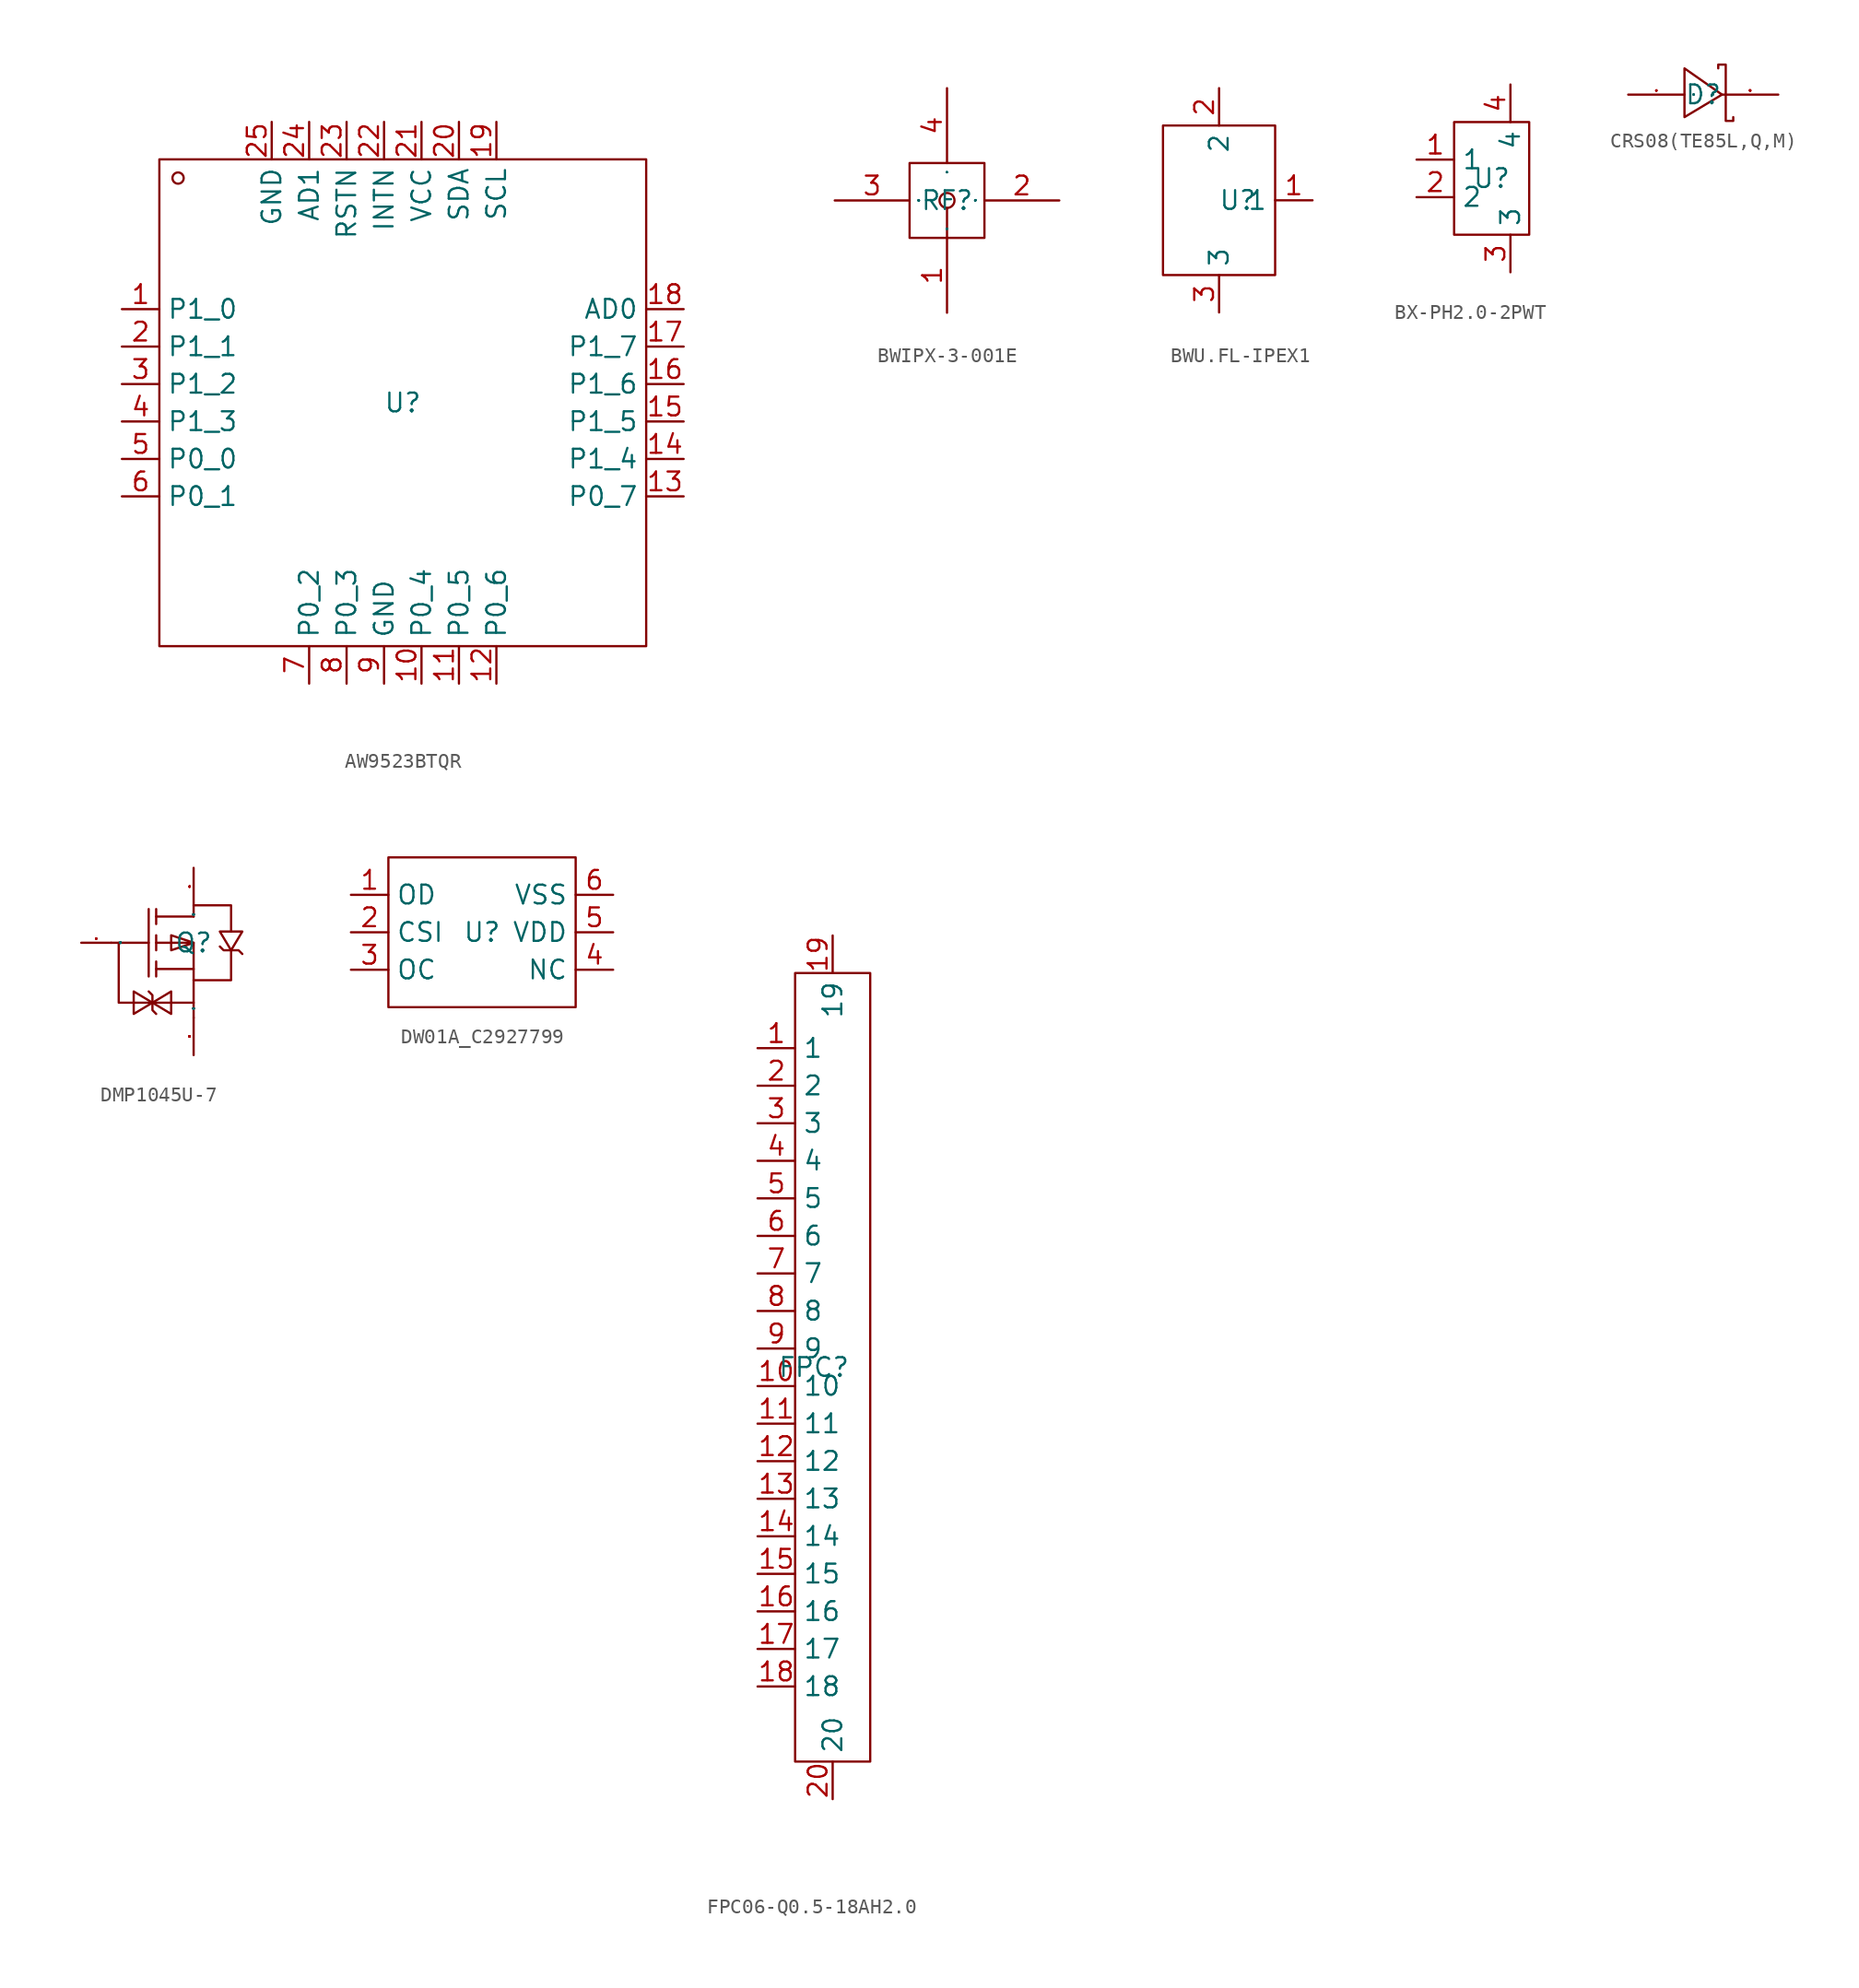
<source format=kicad_sym>
(kicad_symbol_lib
  (version 20241209)
  (generator "kicad_symbol_editor")
  (generator_version "9.0")
  (symbol "AW9523BTQR"
    (property "Reference" "U"
      (at 0 0 0)
      (effects (font (size 1.27 1.27))))
    (property "Value" ""
      (at 0 0 0)
      (effects (font (size 1.27 1.27))))
    (symbol "AW9523BTQR_1_0"
      (rectangle (start -16.51 -16.51) (end 16.51 16.51) (stroke (width 0) (type default)) (fill (type none)))
      (circle (center -15.24 15.24) (radius 0.381) (stroke (width 0) (type default)) (fill (type none)))
      (pin unspecified line (at -19.05 6.35 0) (length 2.54) (name "P1_0" (effects (font (size 1.27 1.27)))) (number "1" (effects (font (size 1.27 1.27)))))
      (pin unspecified line (at -19.05 3.81 0) (length 2.54) (name "P1_1" (effects (font (size 1.27 1.27)))) (number "2" (effects (font (size 1.27 1.27)))))
      (pin unspecified line (at -19.05 1.27 0) (length 2.54) (name "P1_2" (effects (font (size 1.27 1.27)))) (number "3" (effects (font (size 1.27 1.27)))))
      (pin unspecified line (at -19.05 -1.27 0) (length 2.54) (name "P1_3" (effects (font (size 1.27 1.27)))) (number "4" (effects (font (size 1.27 1.27)))))
      (pin unspecified line (at -19.05 -3.81 0) (length 2.54) (name "P0_0" (effects (font (size 1.27 1.27)))) (number "5" (effects (font (size 1.27 1.27)))))
      (pin unspecified line (at -19.05 -6.35 0) (length 2.54) (name "P0_1" (effects (font (size 1.27 1.27)))) (number "6" (effects (font (size 1.27 1.27)))))
      (pin unspecified line (at -8.89 19.05 270) (length 2.54) (name "GND" (effects (font (size 1.27 1.27)))) (number "25" (effects (font (size 1.27 1.27)))))
      (pin unspecified line (at -6.35 19.05 270) (length 2.54) (name "AD1" (effects (font (size 1.27 1.27)))) (number "24" (effects (font (size 1.27 1.27)))))
      (pin unspecified line (at -6.35 -19.05 90) (length 2.54) (name "P0_2" (effects (font (size 1.27 1.27)))) (number "7" (effects (font (size 1.27 1.27)))))
      (pin unspecified line (at -3.81 19.05 270) (length 2.54) (name "RSTN" (effects (font (size 1.27 1.27)))) (number "23" (effects (font (size 1.27 1.27)))))
      (pin unspecified line (at -3.81 -19.05 90) (length 2.54) (name "P0_3" (effects (font (size 1.27 1.27)))) (number "8" (effects (font (size 1.27 1.27)))))
      (pin unspecified line (at -1.27 19.05 270) (length 2.54) (name "INTN" (effects (font (size 1.27 1.27)))) (number "22" (effects (font (size 1.27 1.27)))))
      (pin unspecified line (at -1.27 -19.05 90) (length 2.54) (name "GND" (effects (font (size 1.27 1.27)))) (number "9" (effects (font (size 1.27 1.27)))))
      (pin unspecified line (at 1.27 19.05 270) (length 2.54) (name "VCC" (effects (font (size 1.27 1.27)))) (number "21" (effects (font (size 1.27 1.27)))))
      (pin unspecified line (at 1.27 -19.05 90) (length 2.54) (name "P0_4" (effects (font (size 1.27 1.27)))) (number "10" (effects (font (size 1.27 1.27)))))
      (pin unspecified line (at 3.81 19.05 270) (length 2.54) (name "SDA" (effects (font (size 1.27 1.27)))) (number "20" (effects (font (size 1.27 1.27)))))
      (pin unspecified line (at 3.81 -19.05 90) (length 2.54) (name "P0_5" (effects (font (size 1.27 1.27)))) (number "11" (effects (font (size 1.27 1.27)))))
      (pin unspecified line (at 6.35 19.05 270) (length 2.54) (name "SCL" (effects (font (size 1.27 1.27)))) (number "19" (effects (font (size 1.27 1.27)))))
      (pin unspecified line (at 6.35 -19.05 90) (length 2.54) (name "P0_6" (effects (font (size 1.27 1.27)))) (number "12" (effects (font (size 1.27 1.27)))))
      (pin unspecified line (at 19.05 6.35 180) (length 2.54) (name "AD0" (effects (font (size 1.27 1.27)))) (number "18" (effects (font (size 1.27 1.27)))))
      (pin unspecified line (at 19.05 3.81 180) (length 2.54) (name "P1_7" (effects (font (size 1.27 1.27)))) (number "17" (effects (font (size 1.27 1.27)))))
      (pin unspecified line (at 19.05 1.27 180) (length 2.54) (name "P1_6" (effects (font (size 1.27 1.27)))) (number "16" (effects (font (size 1.27 1.27)))))
      (pin unspecified line (at 19.05 -1.27 180) (length 2.54) (name "P1_5" (effects (font (size 1.27 1.27)))) (number "15" (effects (font (size 1.27 1.27)))))
      (pin unspecified line (at 19.05 -3.81 180) (length 2.54) (name "P1_4" (effects (font (size 1.27 1.27)))) (number "14" (effects (font (size 1.27 1.27)))))
      (pin unspecified line (at 19.05 -6.35 180) (length 2.54) (name "P0_7" (effects (font (size 1.27 1.27)))) (number "13" (effects (font (size 1.27 1.27)))))))
  (symbol "BWIPX-3-001E"
    (property "Reference" "RF"
      (at 0 0 0)
      (effects (font (size 1.27 1.27))))
    (property "Value" ""
      (at 0 0 0)
      (effects (font (size 1.27 1.27))))
    (symbol "BWIPX-3-001E_1_0"
      (rectangle (start -2.54 -2.54) (end 2.54 2.54) (stroke (width 0) (type default)) (fill (type none)))
      (circle (center 0 0) (radius 0.508) (stroke (width 0) (type default)) (fill (type none)))
      (polyline (pts (xy 0 -0.508) (xy 0 -2.54)) (stroke (width 0) (type default)) (fill (type none)))
      (pin input line (at -7.62 0 0) (length 5.08) (name "3" (effects (font (size 0.025 0.025)))) (number "3" (effects (font (size 1.27 1.27)))))
      (pin input line (at 0 7.62 270) (length 5.08) (name "4" (effects (font (size 0.025 0.025)))) (number "4" (effects (font (size 1.27 1.27)))))
      (pin input line (at 0 -7.62 90) (length 5.08) (name "1" (effects (font (size 0.025 0.025)))) (number "1" (effects (font (size 1.27 1.27)))))
      (pin input line (at 7.62 0 180) (length 5.08) (name "2" (effects (font (size 0.025 0.025)))) (number "2" (effects (font (size 1.27 1.27)))))))
  (symbol "BWU.FL-IPEX1"
    (property "Reference" "U"
      (at 0 0 0)
      (effects (font (size 1.27 1.27))))
    (property "Value" ""
      (at 0 0 0)
      (effects (font (size 1.27 1.27))))
    (symbol "BWU.FL-IPEX1_1_0"
      (rectangle (start -5.08 -5.08) (end 2.54 5.08) (stroke (width 0) (type default)) (fill (type none)))
      (pin input line (at -1.27 7.62 270) (length 2.54) (name "2" (effects (font (size 1.27 1.27)))) (number "2" (effects (font (size 1.27 1.27)))))
      (pin input line (at -1.27 -7.62 90) (length 2.54) (name "3" (effects (font (size 1.27 1.27)))) (number "3" (effects (font (size 1.27 1.27)))))
      (pin input line (at 5.08 0 180) (length 2.54) (name "1" (effects (font (size 1.27 1.27)))) (number "1" (effects (font (size 1.27 1.27)))))))
  (symbol "BX-PH2.0-2PWT"
    (property "Reference" "U"
      (at 0 0 0)
      (effects (font (size 1.27 1.27))))
    (property "Value" ""
      (at 0 0 0)
      (effects (font (size 1.27 1.27))))
    (symbol "BX-PH2.0-2PWT_1_0"
      (rectangle (start -2.54 3.81) (end 2.54 -3.81) (stroke (width 0) (type default)) (fill (type none)))
      (pin unspecified line (at -5.08 1.27 0) (length 2.54) (name "1" (effects (font (size 1.27 1.27)))) (number "1" (effects (font (size 1.27 1.27)))))
      (pin unspecified line (at -5.08 -1.27 0) (length 2.54) (name "2" (effects (font (size 1.27 1.27)))) (number "2" (effects (font (size 1.27 1.27)))))
      (pin unspecified line (at 1.27 6.35 270) (length 2.54) (name "4" (effects (font (size 1.27 1.27)))) (number "4" (effects (font (size 1.27 1.27)))))
      (pin unspecified line (at 1.27 -6.35 90) (length 2.54) (name "3" (effects (font (size 1.27 1.27)))) (number "3" (effects (font (size 1.27 1.27)))))))
  (symbol "CRS08(TE85L,Q,M)"
    (property "Reference" "D"
      (at 0 0 0)
      (effects (font (size 1.27 1.27))))
    (property "Value" ""
      (at 0 0 0)
      (effects (font (size 1.27 1.27))))
    (symbol "CRS08(TE85L,Q,M)_1_0"
      (polyline (pts (xy -1.27 -1.524) (xy 1.27 0) (xy 1.27 0) (xy -1.27 1.778) (xy -1.27 1.778) (xy -1.27 -1.524)) (stroke (width 0) (type default)) (fill (type none)))
      (polyline (pts (xy 2.032 -1.524) (xy 2.032 -1.778) (xy 2.032 -1.778) (xy 1.524 -1.778) (xy 1.524 -1.778) (xy 1.524 2.032) (xy 1.524 2.032) (xy 1.016 2.032) (xy 1.016 2.032) (xy 1.016 1.778)) (stroke (width 0) (type default)) (fill (type none)))
      (pin input line (at -5.08 0 0) (length 3.81) (name "A" (effects (font (size 0.025 0.025)))) (number "1" (effects (font (size 0.025 0.025)))))
      (pin input line (at 5.08 0 180) (length 3.81) (name "K" (effects (font (size 0.025 0.025)))) (number "2" (effects (font (size 0.025 0.025)))))))
  (symbol "DMP1045U-7"
    (property "Reference" "Q"
      (at 0 0 0)
      (effects (font (size 1.27 1.27))))
    (property "Value" ""
      (at 0 0 0)
      (effects (font (size 1.27 1.27))))
    (symbol "DMP1045U-7_1_0"
      (polyline (pts (xy -5.588 0) (xy -3.048 0)) (stroke (width 0) (type default)) (fill (type none)))
      (polyline (pts (xy -3.048 2.286) (xy -3.048 -2.286)) (stroke (width 0) (type default)) (fill (type none)))
      (polyline (pts (xy -2.794 -4.064) (xy -4.064 -3.302) (xy -4.064 -3.302) (xy -4.064 -4.826) (xy -4.064 -4.826) (xy -2.794 -4.064)) (stroke (width 0) (type default)) (fill (type none)))
      (polyline (pts (xy -2.794 -4.064) (xy -1.524 -4.826) (xy -1.524 -4.826) (xy -1.524 -3.302) (xy -1.524 -3.302) (xy -2.794 -4.064)) (stroke (width 0) (type default)) (fill (type none)))
      (polyline (pts (xy -2.54 1.27) (xy -2.54 2.286)) (stroke (width 0) (type default)) (fill (type none)))
      (polyline (pts (xy -2.54 0) (xy 0 0) (xy 0 0) (xy 0 -2.54)) (stroke (width 0) (type default)) (fill (type none)))
      (polyline (pts (xy -2.54 -0.508) (xy -2.54 0.508)) (stroke (width 0) (type default)) (fill (type none)))
      (polyline (pts (xy -2.54 -2.286) (xy -2.54 -1.27)) (stroke (width 0) (type default)) (fill (type none)))
      (polyline (pts (xy -2.54 -4.826) (xy -2.794 -4.572) (xy -2.794 -4.572) (xy -2.794 -3.556) (xy -2.794 -3.556) (xy -3.048 -3.302)) (stroke (width 0) (type default)) (fill (type none)))
      (polyline (pts (xy 0 1.778) (xy -2.54 1.778)) (stroke (width 0) (type default)) (fill (type none)))
      (polyline (pts (xy 0 1.778) (xy 0 2.54) (xy 0 2.54) (xy 2.54 2.54) (xy 2.54 2.54) (xy 2.54 0.762)) (stroke (width 0) (type default)) (fill (type none)))
      (polyline (pts (xy 0 0) (xy -1.524 0.508) (xy -1.524 0.508) (xy -1.524 -0.508) (xy -1.524 -0.508) (xy 0 0)) (stroke (width 0) (type default)) (fill (type none)))
      (polyline (pts (xy 0 -1.778) (xy -2.54 -1.778)) (stroke (width 0) (type default)) (fill (type none)))
      (polyline (pts (xy 0 -2.54) (xy 0 -5.08)) (stroke (width 0) (type default)) (fill (type none)))
      (polyline (pts (xy 0 -2.54) (xy 2.54 -2.54) (xy 2.54 -2.54) (xy 2.54 -0.508)) (stroke (width 0) (type default)) (fill (type none)))
      (polyline (pts (xy 0 -4.064) (xy -5.08 -4.064) (xy -5.08 -4.064) (xy -5.08 -1.524) (xy -5.08 -1.524) (xy -5.08 0)) (stroke (width 0) (type default)) (fill (type none)))
      (polyline (pts (xy 2.54 -0.508) (xy 3.302 0.762) (xy 3.302 0.762) (xy 1.778 0.762) (xy 1.778 0.762) (xy 2.54 -0.508)) (stroke (width 0) (type default)) (fill (type none)))
      (polyline (pts (xy 3.302 -0.762) (xy 3.048 -0.508) (xy 3.048 -0.508) (xy 2.032 -0.508) (xy 2.032 -0.508) (xy 1.778 -0.254)) (stroke (width 0) (type default)) (fill (type none)))
      (pin unspecified line (at -7.62 0 0) (length 2.032) (name "G" (effects (font (size 0.025 0.025)))) (number "1" (effects (font (size 0.025 0.025)))))
      (pin unspecified line (at 0 5.08 270) (length 2.54) (name "D" (effects (font (size 0.025 0.025)))) (number "3" (effects (font (size 0.025 0.025)))))
      (pin unspecified line (at 0 -7.62 90) (length 2.54) (name "S" (effects (font (size 0.025 0.025)))) (number "2" (effects (font (size 0.025 0.025)))))))
  (symbol "DW01A_C2927799"
    (property "Reference" "U"
      (at 0 0 0)
      (effects (font (size 1.27 1.27))))
    (property "Value" ""
      (at 0 0 0)
      (effects (font (size 1.27 1.27))))
    (symbol "DW01A_C2927799_1_0"
      (rectangle (start -6.35 5.08) (end 6.35 -5.08) (stroke (width 0) (type default)) (fill (type none)))
      (pin unspecified line (at -8.89 2.54 0) (length 2.54) (name "OD" (effects (font (size 1.27 1.27)))) (number "1" (effects (font (size 1.27 1.27)))))
      (pin unspecified line (at -8.89 0 0) (length 2.54) (name "CSI" (effects (font (size 1.27 1.27)))) (number "2" (effects (font (size 1.27 1.27)))))
      (pin unspecified line (at -8.89 -2.54 0) (length 2.54) (name "OC" (effects (font (size 1.27 1.27)))) (number "3" (effects (font (size 1.27 1.27)))))
      (pin unspecified line (at 8.89 2.54 180) (length 2.54) (name "VSS" (effects (font (size 1.27 1.27)))) (number "6" (effects (font (size 1.27 1.27)))))
      (pin unspecified line (at 8.89 0 180) (length 2.54) (name "VDD" (effects (font (size 1.27 1.27)))) (number "5" (effects (font (size 1.27 1.27)))))
      (pin unspecified line (at 8.89 -2.54 180) (length 2.54) (name "NC" (effects (font (size 1.27 1.27)))) (number "4" (effects (font (size 1.27 1.27)))))))
  (symbol "FPC06-Q0.5-18AH2.0"
    (property "Reference" "FPC"
      (at 0 0 0)
      (effects (font (size 1.27 1.27))))
    (property "Value" ""
      (at 0 0 0)
      (effects (font (size 1.27 1.27))))
    (symbol "FPC06-Q0.5-18AH2.0_1_0"
      (rectangle (start -1.27 26.67) (end 3.81 -26.67) (stroke (width 0) (type default)) (fill (type none)))
      (pin unspecified line (at -3.81 21.59 0) (length 2.54) (name "1" (effects (font (size 1.27 1.27)))) (number "1" (effects (font (size 1.27 1.27)))))
      (pin unspecified line (at -3.81 19.05 0) (length 2.54) (name "2" (effects (font (size 1.27 1.27)))) (number "2" (effects (font (size 1.27 1.27)))))
      (pin unspecified line (at -3.81 16.51 0) (length 2.54) (name "3" (effects (font (size 1.27 1.27)))) (number "3" (effects (font (size 1.27 1.27)))))
      (pin unspecified line (at -3.81 13.97 0) (length 2.54) (name "4" (effects (font (size 1.27 1.27)))) (number "4" (effects (font (size 1.27 1.27)))))
      (pin unspecified line (at -3.81 11.43 0) (length 2.54) (name "5" (effects (font (size 1.27 1.27)))) (number "5" (effects (font (size 1.27 1.27)))))
      (pin unspecified line (at -3.81 8.89 0) (length 2.54) (name "6" (effects (font (size 1.27 1.27)))) (number "6" (effects (font (size 1.27 1.27)))))
      (pin unspecified line (at -3.81 6.35 0) (length 2.54) (name "7" (effects (font (size 1.27 1.27)))) (number "7" (effects (font (size 1.27 1.27)))))
      (pin unspecified line (at -3.81 3.81 0) (length 2.54) (name "8" (effects (font (size 1.27 1.27)))) (number "8" (effects (font (size 1.27 1.27)))))
      (pin unspecified line (at -3.81 1.27 0) (length 2.54) (name "9" (effects (font (size 1.27 1.27)))) (number "9" (effects (font (size 1.27 1.27)))))
      (pin unspecified line (at -3.81 -1.27 0) (length 2.54) (name "10" (effects (font (size 1.27 1.27)))) (number "10" (effects (font (size 1.27 1.27)))))
      (pin unspecified line (at -3.81 -3.81 0) (length 2.54) (name "11" (effects (font (size 1.27 1.27)))) (number "11" (effects (font (size 1.27 1.27)))))
      (pin unspecified line (at -3.81 -6.35 0) (length 2.54) (name "12" (effects (font (size 1.27 1.27)))) (number "12" (effects (font (size 1.27 1.27)))))
      (pin unspecified line (at -3.81 -8.89 0) (length 2.54) (name "13" (effects (font (size 1.27 1.27)))) (number "13" (effects (font (size 1.27 1.27)))))
      (pin unspecified line (at -3.81 -11.43 0) (length 2.54) (name "14" (effects (font (size 1.27 1.27)))) (number "14" (effects (font (size 1.27 1.27)))))
      (pin unspecified line (at -3.81 -13.97 0) (length 2.54) (name "15" (effects (font (size 1.27 1.27)))) (number "15" (effects (font (size 1.27 1.27)))))
      (pin unspecified line (at -3.81 -16.51 0) (length 2.54) (name "16" (effects (font (size 1.27 1.27)))) (number "16" (effects (font (size 1.27 1.27)))))
      (pin unspecified line (at -3.81 -19.05 0) (length 2.54) (name "17" (effects (font (size 1.27 1.27)))) (number "17" (effects (font (size 1.27 1.27)))))
      (pin unspecified line (at -3.81 -21.59 0) (length 2.54) (name "18" (effects (font (size 1.27 1.27)))) (number "18" (effects (font (size 1.27 1.27)))))
      (pin unspecified line (at 1.27 29.21 270) (length 2.54) (name "19" (effects (font (size 1.27 1.27)))) (number "19" (effects (font (size 1.27 1.27)))))
      (pin unspecified line (at 1.27 -29.21 90) (length 2.54) (name "20" (effects (font (size 1.27 1.27)))) (number "20" (effects (font (size 1.27 1.27))))))))
</source>
